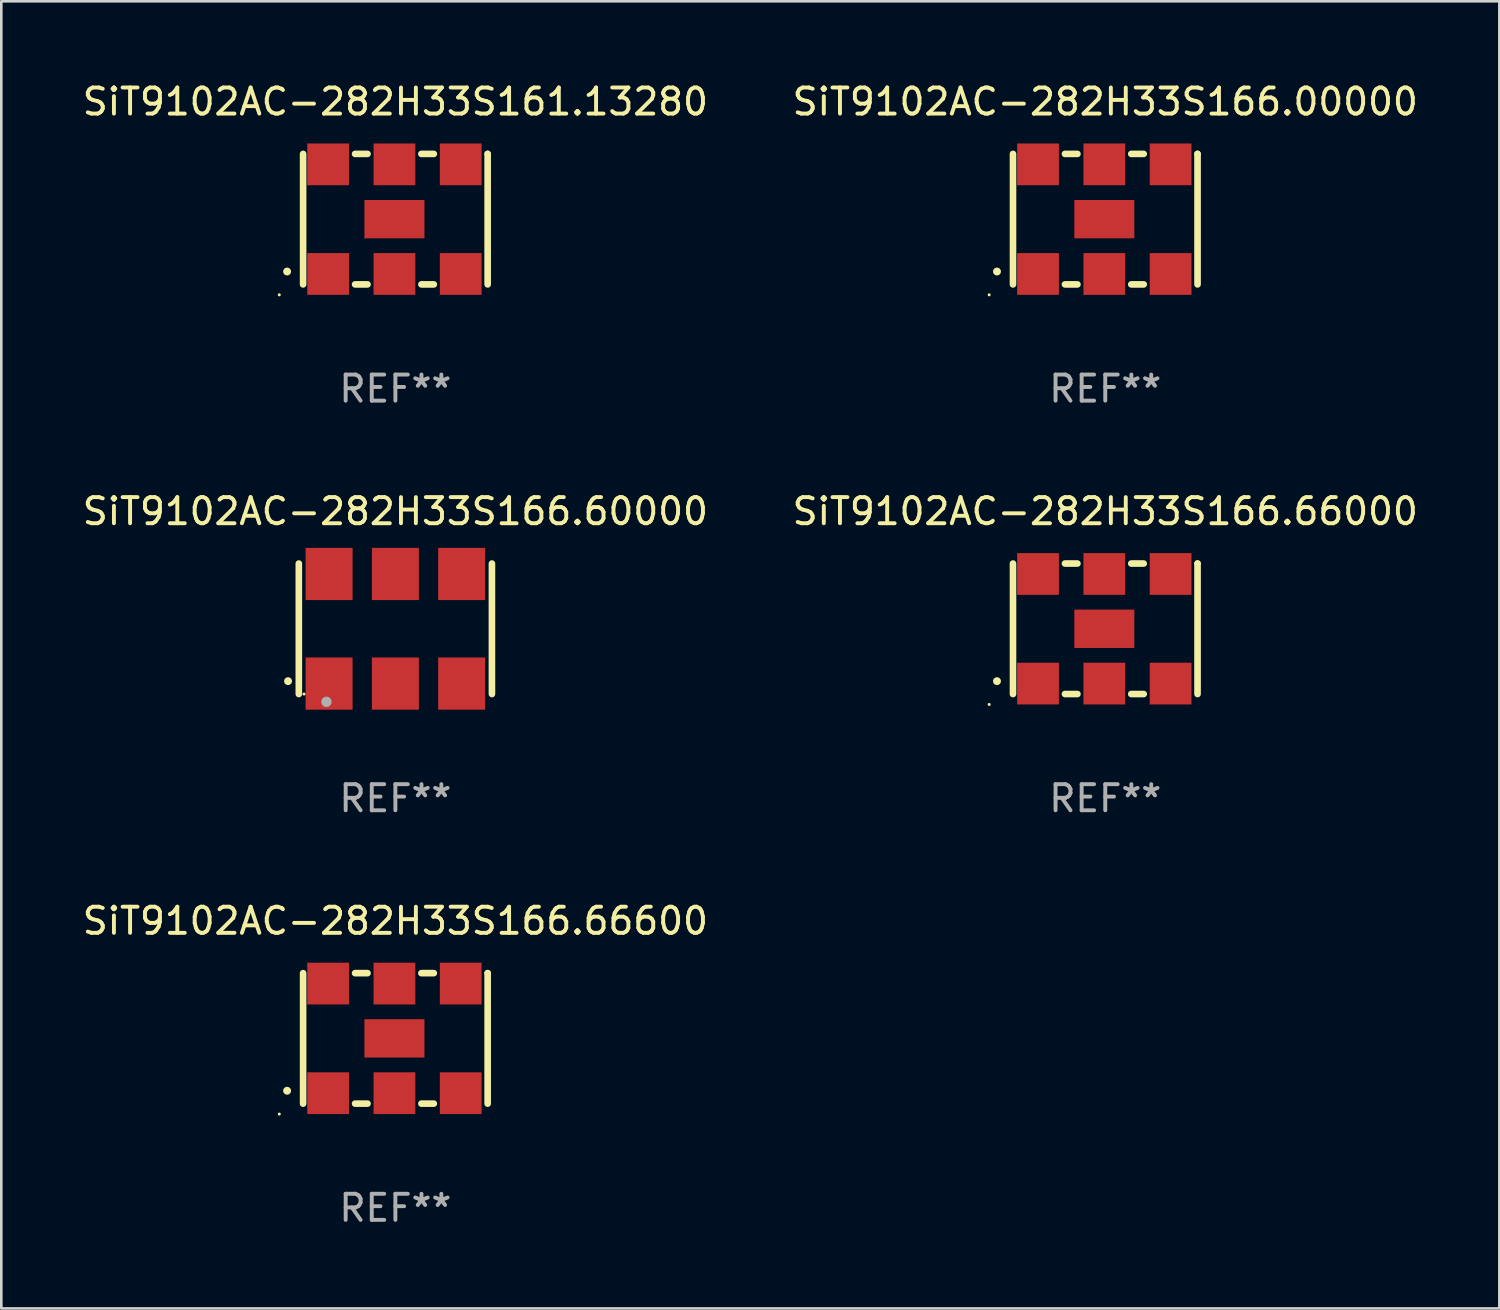
<source format=kicad_pcb>
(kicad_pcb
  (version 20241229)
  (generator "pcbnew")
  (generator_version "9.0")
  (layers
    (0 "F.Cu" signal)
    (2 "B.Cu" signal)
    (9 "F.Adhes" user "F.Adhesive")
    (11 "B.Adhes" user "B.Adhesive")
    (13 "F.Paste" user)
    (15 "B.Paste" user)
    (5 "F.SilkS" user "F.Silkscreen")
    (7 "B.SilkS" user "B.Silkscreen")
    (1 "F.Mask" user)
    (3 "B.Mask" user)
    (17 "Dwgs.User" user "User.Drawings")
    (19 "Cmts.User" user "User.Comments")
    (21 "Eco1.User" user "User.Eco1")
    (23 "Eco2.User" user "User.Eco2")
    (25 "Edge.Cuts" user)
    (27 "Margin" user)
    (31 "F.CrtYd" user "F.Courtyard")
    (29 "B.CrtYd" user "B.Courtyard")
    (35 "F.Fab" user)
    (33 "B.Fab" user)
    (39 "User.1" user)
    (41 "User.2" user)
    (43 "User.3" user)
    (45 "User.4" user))
  (footprint "SiT9102AC-282H33S166.66600"
    (layer "F.Cu")
    (at 12.101 36.741)
    (property "Reference" "SiT9102AC-282H33S166.66600" (at 0 -4.5 0) (layer "F.SilkS") (effects (font (size 1 1) (thickness 0.15))))
    (attr through_hole)
    (fp_line (start -3.536 -2.5) (end -3.536 2.5) (stroke (width 0.254) (type solid)) (layer "F.SilkS"))
    (fp_line (start -1.544 2.5) (end -1.067 2.5) (stroke (width 0.254) (type solid)) (layer "F.SilkS"))
    (fp_line (start -1.067 -2.5) (end -1.544 -2.5) (stroke (width 0.254) (type solid)) (layer "F.SilkS"))
    (fp_line (start 0.996 2.5) (end 1.473 2.5) (stroke (width 0.254) (type solid)) (layer "F.SilkS"))
    (fp_line (start 1.473 -2.5) (end 0.996 -2.5) (stroke (width 0.254) (type solid)) (layer "F.SilkS"))
    (fp_line (start 3.536 -2.5) (end 3.536 -2.5) (stroke (width 0.254) (type solid)) (layer "F.SilkS"))
    (fp_line (start 3.536 2.5) (end 3.536 -2.5) (stroke (width 0.254) (type solid)) (layer "F.SilkS"))
    (fp_arc (start -4.150432 2.006604) (mid -4.149162 2.006599) (end -4.147892 2.006604) (stroke (width 0.3) (type solid)) (layer "F.SilkS"))
    (fp_circle (center -4.449 2.9) (end -4.419 2.9) (stroke (width 0.06) (type solid)) (fill no) (layer "F.SilkS"))
    (fp_text user "REF**" (at 0 6.5 0) (layer "F.Fab") (effects (font (size 1 1) (thickness 0.15))))
    (pad "1" smd rect (at -2.576 2.1) (size 1.6 1.6) (layers "F.Cu" "F.Mask" "F.Paste"))
    (pad "2" smd rect (at -0.036 2.1) (size 1.6 1.6) (layers "F.Cu" "F.Mask" "F.Paste"))
    (pad "3" smd rect (at 2.504 2.1) (size 1.6 1.6) (layers "F.Cu" "F.Mask" "F.Paste"))
    (pad "4" smd rect (at 2.504 -2.1) (size 1.6 1.6) (layers "F.Cu" "F.Mask" "F.Paste"))
    (pad "5" smd rect (at -0.036 -2.1) (size 1.6 1.6) (layers "F.Cu" "F.Mask" "F.Paste"))
    (pad "6" smd rect (at -2.576 -2.1) (size 1.6 1.6) (layers "F.Cu" "F.Mask" "F.Paste"))
    (pad "7" smd rect (at -0.036 0) (size 2.3 1.47) (layers "F.Cu" "F.Mask" "F.Paste")))
  (footprint "SiT9102AC-282H33S166.00000"
    (layer "F.Cu")
    (at 39.304 5.348)
    (property "Reference" "SiT9102AC-282H33S166.00000" (at 0 -4.5 0) (layer "F.SilkS") (effects (font (size 1 1) (thickness 0.15))))
    (attr through_hole)
    (fp_line (start -3.536 -2.5) (end -3.536 2.5) (stroke (width 0.254) (type solid)) (layer "F.SilkS"))
    (fp_line (start -1.544 2.5) (end -1.067 2.5) (stroke (width 0.254) (type solid)) (layer "F.SilkS"))
    (fp_line (start -1.067 -2.5) (end -1.544 -2.5) (stroke (width 0.254) (type solid)) (layer "F.SilkS"))
    (fp_line (start 0.996 2.5) (end 1.473 2.5) (stroke (width 0.254) (type solid)) (layer "F.SilkS"))
    (fp_line (start 1.473 -2.5) (end 0.996 -2.5) (stroke (width 0.254) (type solid)) (layer "F.SilkS"))
    (fp_line (start 3.536 -2.5) (end 3.536 -2.5) (stroke (width 0.254) (type solid)) (layer "F.SilkS"))
    (fp_line (start 3.536 2.5) (end 3.536 -2.5) (stroke (width 0.254) (type solid)) (layer "F.SilkS"))
    (fp_arc (start -4.150432 2.006604) (mid -4.149162 2.006599) (end -4.147892 2.006604) (stroke (width 0.3) (type solid)) (layer "F.SilkS"))
    (fp_circle (center -4.449 2.9) (end -4.419 2.9) (stroke (width 0.06) (type solid)) (fill no) (layer "F.SilkS"))
    (fp_text user "REF**" (at 0 6.5 0) (layer "F.Fab") (effects (font (size 1 1) (thickness 0.15))))
    (pad "1" smd rect (at -2.576 2.1) (size 1.6 1.6) (layers "F.Cu" "F.Mask" "F.Paste"))
    (pad "2" smd rect (at -0.036 2.1) (size 1.6 1.6) (layers "F.Cu" "F.Mask" "F.Paste"))
    (pad "3" smd rect (at 2.504 2.1) (size 1.6 1.6) (layers "F.Cu" "F.Mask" "F.Paste"))
    (pad "4" smd rect (at 2.504 -2.1) (size 1.6 1.6) (layers "F.Cu" "F.Mask" "F.Paste"))
    (pad "5" smd rect (at -0.036 -2.1) (size 1.6 1.6) (layers "F.Cu" "F.Mask" "F.Paste"))
    (pad "6" smd rect (at -2.576 -2.1) (size 1.6 1.6) (layers "F.Cu" "F.Mask" "F.Paste"))
    (pad "7" smd rect (at -0.036 0) (size 2.3 1.47) (layers "F.Cu" "F.Mask" "F.Paste")))
  (footprint "SiT9102AC-282H33S161.13280"
    (layer "F.Cu")
    (at 12.101 5.348)
    (property "Reference" "SiT9102AC-282H33S161.13280" (at 0 -4.5 0) (layer "F.SilkS") (effects (font (size 1 1) (thickness 0.15))))
    (attr through_hole)
    (fp_line (start -3.536 -2.5) (end -3.536 2.5) (stroke (width 0.254) (type solid)) (layer "F.SilkS"))
    (fp_line (start -1.544 2.5) (end -1.067 2.5) (stroke (width 0.254) (type solid)) (layer "F.SilkS"))
    (fp_line (start -1.067 -2.5) (end -1.544 -2.5) (stroke (width 0.254) (type solid)) (layer "F.SilkS"))
    (fp_line (start 0.996 2.5) (end 1.473 2.5) (stroke (width 0.254) (type solid)) (layer "F.SilkS"))
    (fp_line (start 1.473 -2.5) (end 0.996 -2.5) (stroke (width 0.254) (type solid)) (layer "F.SilkS"))
    (fp_line (start 3.536 -2.5) (end 3.536 -2.5) (stroke (width 0.254) (type solid)) (layer "F.SilkS"))
    (fp_line (start 3.536 2.5) (end 3.536 -2.5) (stroke (width 0.254) (type solid)) (layer "F.SilkS"))
    (fp_arc (start -4.150432 2.006604) (mid -4.149162 2.006599) (end -4.147892 2.006604) (stroke (width 0.3) (type solid)) (layer "F.SilkS"))
    (fp_circle (center -4.449 2.9) (end -4.419 2.9) (stroke (width 0.06) (type solid)) (fill no) (layer "F.SilkS"))
    (fp_text user "REF**" (at 0 6.5 0) (layer "F.Fab") (effects (font (size 1 1) (thickness 0.15))))
    (pad "1" smd rect (at -2.576 2.1) (size 1.6 1.6) (layers "F.Cu" "F.Mask" "F.Paste"))
    (pad "2" smd rect (at -0.036 2.1) (size 1.6 1.6) (layers "F.Cu" "F.Mask" "F.Paste"))
    (pad "3" smd rect (at 2.504 2.1) (size 1.6 1.6) (layers "F.Cu" "F.Mask" "F.Paste"))
    (pad "4" smd rect (at 2.504 -2.1) (size 1.6 1.6) (layers "F.Cu" "F.Mask" "F.Paste"))
    (pad "5" smd rect (at -0.036 -2.1) (size 1.6 1.6) (layers "F.Cu" "F.Mask" "F.Paste"))
    (pad "6" smd rect (at -2.576 -2.1) (size 1.6 1.6) (layers "F.Cu" "F.Mask" "F.Paste"))
    (pad "7" smd rect (at -0.036 0) (size 2.3 1.47) (layers "F.Cu" "F.Mask" "F.Paste")))
  (footprint "SiT9102AC-282H33S166.66000"
    (layer "F.Cu")
    (at 39.304 21.045)
    (property "Reference" "SiT9102AC-282H33S166.66000" (at 0 -4.5 0) (layer "F.SilkS") (effects (font (size 1 1) (thickness 0.15))))
    (attr through_hole)
    (fp_line (start -3.536 -2.5) (end -3.536 2.5) (stroke (width 0.254) (type solid)) (layer "F.SilkS"))
    (fp_line (start -1.544 2.5) (end -1.067 2.5) (stroke (width 0.254) (type solid)) (layer "F.SilkS"))
    (fp_line (start -1.067 -2.5) (end -1.544 -2.5) (stroke (width 0.254) (type solid)) (layer "F.SilkS"))
    (fp_line (start 0.996 2.5) (end 1.473 2.5) (stroke (width 0.254) (type solid)) (layer "F.SilkS"))
    (fp_line (start 1.473 -2.5) (end 0.996 -2.5) (stroke (width 0.254) (type solid)) (layer "F.SilkS"))
    (fp_line (start 3.536 -2.5) (end 3.536 -2.5) (stroke (width 0.254) (type solid)) (layer "F.SilkS"))
    (fp_line (start 3.536 2.5) (end 3.536 -2.5) (stroke (width 0.254) (type solid)) (layer "F.SilkS"))
    (fp_arc (start -4.150432 2.006604) (mid -4.149162 2.006599) (end -4.147892 2.006604) (stroke (width 0.3) (type solid)) (layer "F.SilkS"))
    (fp_circle (center -4.449 2.9) (end -4.419 2.9) (stroke (width 0.06) (type solid)) (fill no) (layer "F.SilkS"))
    (fp_text user "REF**" (at 0 6.5 0) (layer "F.Fab") (effects (font (size 1 1) (thickness 0.15))))
    (pad "1" smd rect (at -2.576 2.1) (size 1.6 1.6) (layers "F.Cu" "F.Mask" "F.Paste"))
    (pad "2" smd rect (at -0.036 2.1) (size 1.6 1.6) (layers "F.Cu" "F.Mask" "F.Paste"))
    (pad "3" smd rect (at 2.504 2.1) (size 1.6 1.6) (layers "F.Cu" "F.Mask" "F.Paste"))
    (pad "4" smd rect (at 2.504 -2.1) (size 1.6 1.6) (layers "F.Cu" "F.Mask" "F.Paste"))
    (pad "5" smd rect (at -0.036 -2.1) (size 1.6 1.6) (layers "F.Cu" "F.Mask" "F.Paste"))
    (pad "6" smd rect (at -2.576 -2.1) (size 1.6 1.6) (layers "F.Cu" "F.Mask" "F.Paste"))
    (pad "7" smd rect (at -0.036 0) (size 2.3 1.47) (layers "F.Cu" "F.Mask" "F.Paste")))
  (footprint "SiT9102AC-282H33S166.60000"
    (layer "F.Cu")
    (at 12.101 21.045)
    (property "Reference" "SiT9102AC-282H33S166.60000" (at 0 -4.5 0) (layer "F.SilkS") (effects (font (size 1 1) (thickness 0.15))))
    (attr through_hole)
    (fp_line (start -3.7 -2.5) (end -3.7 2.5) (stroke (width 0.254) (type solid)) (layer "F.SilkS"))
    (fp_line (start 3.7 -2.5) (end 3.7 2.5) (stroke (width 0.254) (type solid)) (layer "F.SilkS"))
    (fp_arc (start -4.114415 2.006604) (mid -4.113145 2.006599) (end -4.111875 2.006604) (stroke (width 0.3) (type solid)) (layer "F.SilkS"))
    (fp_circle (center -3.5 2.501) (end -3.47 2.501) (stroke (width 0.06) (type solid)) (fill no) (layer "F.SilkS"))
    (fp_circle (center -2.641 2.799) (end -2.541 2.799) (stroke (width 0.2) (type solid)) (fill no) (layer "F.Fab"))
    (fp_text user "REF**" (at 0 6.5 0) (layer "F.Fab") (effects (font (size 1 1) (thickness 0.15))))
    (pad "1" smd rect (at -2.54 2.1) (size 1.8 2) (layers "F.Cu" "F.Mask" "F.Paste"))
    (pad "2" smd rect (at 0.000394 2.1) (size 1.8 2) (layers "F.Cu" "F.Mask" "F.Paste"))
    (pad "3" smd rect (at 2.54 2.1) (size 1.8 2) (layers "F.Cu" "F.Mask" "F.Paste"))
    (pad "4" smd rect (at 2.54 -2.1) (size 1.8 2) (layers "F.Cu" "F.Mask" "F.Paste"))
    (pad "5" smd rect (at 0.000394 -2.1) (size 1.8 2) (layers "F.Cu" "F.Mask" "F.Paste"))
    (pad "6" smd rect (at -2.54 -2.1) (size 1.8 2) (layers "F.Cu" "F.Mask" "F.Paste")))
  (gr_rect
    (start -3 -3)
    (end 54.405 47.09)
    (stroke (width 0.1) (type default))
    (fill no)
    (layer "Edge.Cuts")))
</source>
